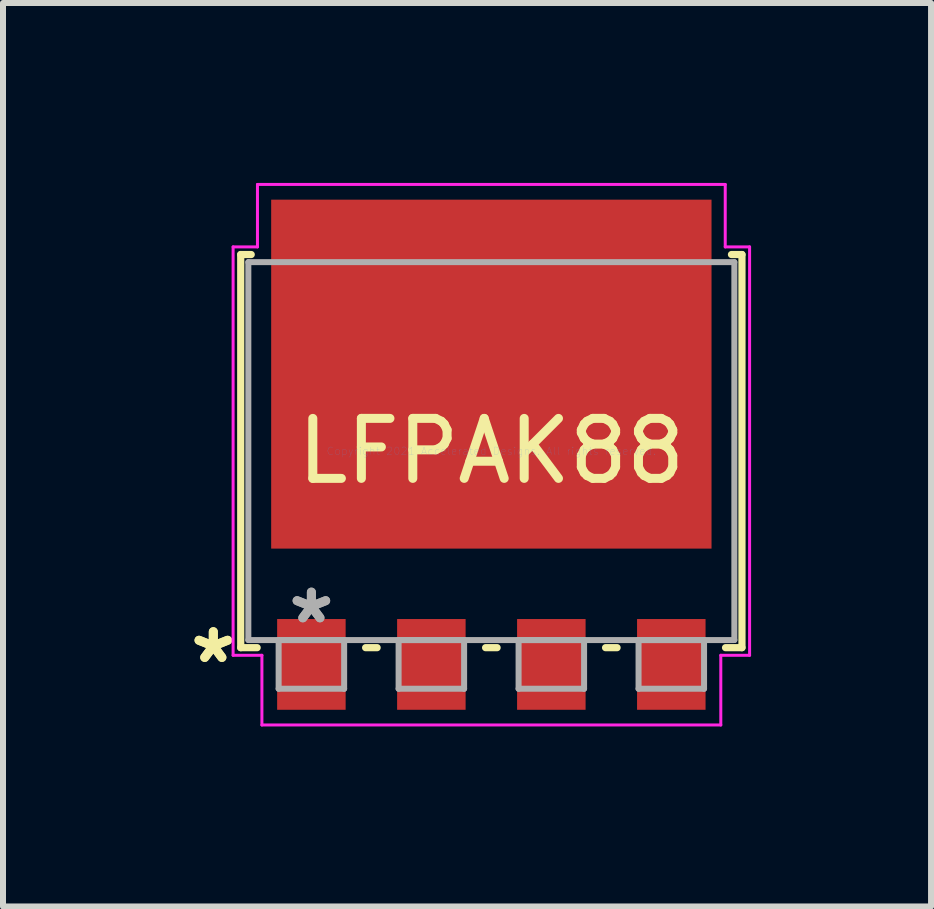
<source format=kicad_pcb>
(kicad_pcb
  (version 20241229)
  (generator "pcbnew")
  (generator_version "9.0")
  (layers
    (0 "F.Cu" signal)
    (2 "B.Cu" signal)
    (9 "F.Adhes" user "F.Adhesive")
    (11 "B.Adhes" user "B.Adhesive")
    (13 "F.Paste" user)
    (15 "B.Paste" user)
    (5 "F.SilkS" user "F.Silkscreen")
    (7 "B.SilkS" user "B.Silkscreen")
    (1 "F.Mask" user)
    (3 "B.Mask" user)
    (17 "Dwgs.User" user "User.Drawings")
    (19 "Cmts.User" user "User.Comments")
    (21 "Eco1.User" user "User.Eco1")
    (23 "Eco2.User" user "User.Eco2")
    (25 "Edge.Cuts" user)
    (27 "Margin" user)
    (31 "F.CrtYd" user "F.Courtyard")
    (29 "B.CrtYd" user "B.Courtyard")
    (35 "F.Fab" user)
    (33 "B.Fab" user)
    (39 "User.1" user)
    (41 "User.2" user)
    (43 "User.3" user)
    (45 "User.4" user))
  (footprint "LFPAK88"
    (layer "F.Cu")
    (at 5.141 4.47)
    (property "Reference" "LFPAK88" (at 0 0 0) (layer "F.SilkS") (effects (font (size 1 1) (thickness 0.15))))
    (attr through_hole)
    (fp_line (start -4.178 -3.277) (end -4.178 3.277) (stroke (width 0.12) (type solid)) (layer "F.SilkS"))
    (fp_line (start -4.178 3.277) (end -3.904 3.277) (stroke (width 0.12) (type solid)) (layer "F.SilkS"))
    (fp_line (start -4.003 -3.277) (end -4.178 -3.277) (stroke (width 0.12) (type solid)) (layer "F.SilkS"))
    (fp_line (start -2.096 3.277) (end -1.904 3.277) (stroke (width 0.12) (type solid)) (layer "F.SilkS"))
    (fp_line (start -0.096 3.277) (end 0.096 3.277) (stroke (width 0.12) (type solid)) (layer "F.SilkS"))
    (fp_line (start 1.904 3.277) (end 2.096 3.277) (stroke (width 0.12) (type solid)) (layer "F.SilkS"))
    (fp_line (start 3.904 3.277) (end 4.178 3.277) (stroke (width 0.12) (type solid)) (layer "F.SilkS"))
    (fp_line (start 4.178 -3.277) (end 4.003 -3.277) (stroke (width 0.12) (type solid)) (layer "F.SilkS"))
    (fp_line (start 4.178 3.277) (end 4.178 -3.277) (stroke (width 0.12) (type solid)) (layer "F.SilkS"))
    (fp_line (start -4.305 -3.404) (end -3.899 -3.404) (stroke (width 0.05) (type solid)) (layer "F.CrtYd"))
    (fp_line (start -4.305 3.404) (end -4.305 -3.404) (stroke (width 0.05) (type solid)) (layer "F.CrtYd"))
    (fp_line (start -3.899 -4.445) (end 3.899 -4.445) (stroke (width 0.05) (type solid)) (layer "F.CrtYd"))
    (fp_line (start -3.899 -3.404) (end -3.899 -4.445) (stroke (width 0.05) (type solid)) (layer "F.CrtYd"))
    (fp_line (start -3.825 3.404) (end -4.305 3.404) (stroke (width 0.05) (type solid)) (layer "F.CrtYd"))
    (fp_line (start -3.825 4.566) (end -3.825 3.404) (stroke (width 0.05) (type solid)) (layer "F.CrtYd"))
    (fp_line (start 3.825 3.404) (end 3.825 4.566) (stroke (width 0.05) (type solid)) (layer "F.CrtYd"))
    (fp_line (start 3.825 4.566) (end -3.825 4.566) (stroke (width 0.05) (type solid)) (layer "F.CrtYd"))
    (fp_line (start 3.899 -4.445) (end 3.899 -3.404) (stroke (width 0.05) (type solid)) (layer "F.CrtYd"))
    (fp_line (start 3.899 -3.404) (end 4.305 -3.404) (stroke (width 0.05) (type solid)) (layer "F.CrtYd"))
    (fp_line (start 4.305 -3.404) (end 4.305 3.404) (stroke (width 0.05) (type solid)) (layer "F.CrtYd"))
    (fp_line (start 4.305 3.404) (end 3.825 3.404) (stroke (width 0.05) (type solid)) (layer "F.CrtYd"))
    (fp_line (start -4.051 -3.15) (end -4.051 3.15) (stroke (width 0.1) (type solid)) (layer "F.Fab"))
    (fp_line (start -4.051 3.15) (end 4.051 3.15) (stroke (width 0.1) (type solid)) (layer "F.Fab"))
    (fp_line (start -3.546 3.15) (end -3.546 3.962) (stroke (width 0.1) (type solid)) (layer "F.Fab"))
    (fp_line (start -3.546 3.962) (end -2.454 3.962) (stroke (width 0.1) (type solid)) (layer "F.Fab"))
    (fp_line (start -2.454 3.15) (end -3.546 3.15) (stroke (width 0.1) (type solid)) (layer "F.Fab"))
    (fp_line (start -2.454 3.962) (end -2.454 3.15) (stroke (width 0.1) (type solid)) (layer "F.Fab"))
    (fp_line (start -1.546 3.15) (end -1.546 3.962) (stroke (width 0.1) (type solid)) (layer "F.Fab"))
    (fp_line (start -1.546 3.962) (end -0.454 3.962) (stroke (width 0.1) (type solid)) (layer "F.Fab"))
    (fp_line (start -0.454 3.15) (end -1.546 3.15) (stroke (width 0.1) (type solid)) (layer "F.Fab"))
    (fp_line (start -0.454 3.962) (end -0.454 3.15) (stroke (width 0.1) (type solid)) (layer "F.Fab"))
    (fp_line (start 0.454 3.15) (end 0.454 3.962) (stroke (width 0.1) (type solid)) (layer "F.Fab"))
    (fp_line (start 0.454 3.962) (end 1.546 3.962) (stroke (width 0.1) (type solid)) (layer "F.Fab"))
    (fp_line (start 1.546 3.15) (end 0.454 3.15) (stroke (width 0.1) (type solid)) (layer "F.Fab"))
    (fp_line (start 1.546 3.962) (end 1.546 3.15) (stroke (width 0.1) (type solid)) (layer "F.Fab"))
    (fp_line (start 2.454 3.15) (end 2.454 3.962) (stroke (width 0.1) (type solid)) (layer "F.Fab"))
    (fp_line (start 2.454 3.962) (end 3.546 3.962) (stroke (width 0.1) (type solid)) (layer "F.Fab"))
    (fp_line (start 3.546 3.15) (end 2.454 3.15) (stroke (width 0.1) (type solid)) (layer "F.Fab"))
    (fp_line (start 3.546 3.962) (end 3.546 3.15) (stroke (width 0.1) (type solid)) (layer "F.Fab"))
    (fp_line (start 4.051 -3.15) (end -4.051 -3.15) (stroke (width 0.1) (type solid)) (layer "F.Fab"))
    (fp_line (start 4.051 3.15) (end 4.051 -3.15) (stroke (width 0.1) (type solid)) (layer "F.Fab"))
    (fp_text user "*" (at -4.635 3.556 0) (layer "F.SilkS") (effects (font (size 1 1) (thickness 0.15))))
    (fp_text user "*" (at -4.635 3.556 0) (layer "F.SilkS") (effects (font (size 1 1) (thickness 0.15))))
    (fp_text user "Copyright 2021 Accelerated Designs. All rights reserved." (at 0 0 0) (layer "Cmts.User") (effects (font (size 0.127 0.127) (thickness 0.002))))
    (fp_text user "*" (at -3 2.896 0) (layer "F.Fab") (effects (font (size 1 1) (thickness 0.15))))
    (fp_text user "*" (at -3 2.896 0) (layer "F.Fab") (effects (font (size 1 1) (thickness 0.15))))
    (pad "1" smd rect (at -3 3.556) (size 1.142 1.513) (layers "F.Cu" "F.Mask" "F.Paste"))
    (pad "2" smd rect (at -1 3.556) (size 1.142 1.513) (layers "F.Cu" "F.Mask" "F.Paste"))
    (pad "3" smd rect (at 1 3.556) (size 1.142 1.513) (layers "F.Cu" "F.Mask" "F.Paste"))
    (pad "4" smd rect (at 3 3.556) (size 1.142 1.513) (layers "F.Cu" "F.Mask" "F.Paste"))
    (pad "5" smd rect (at 0 -1.283) (size 7.341 5.817) (layers "F.Cu" "F.Mask" "F.Paste")))
  (gr_rect
    (start -3 -3)
    (end 12.471 12.061)
    (stroke (width 0.1) (type default))
    (fill no)
    (layer "Edge.Cuts")))
</source>
